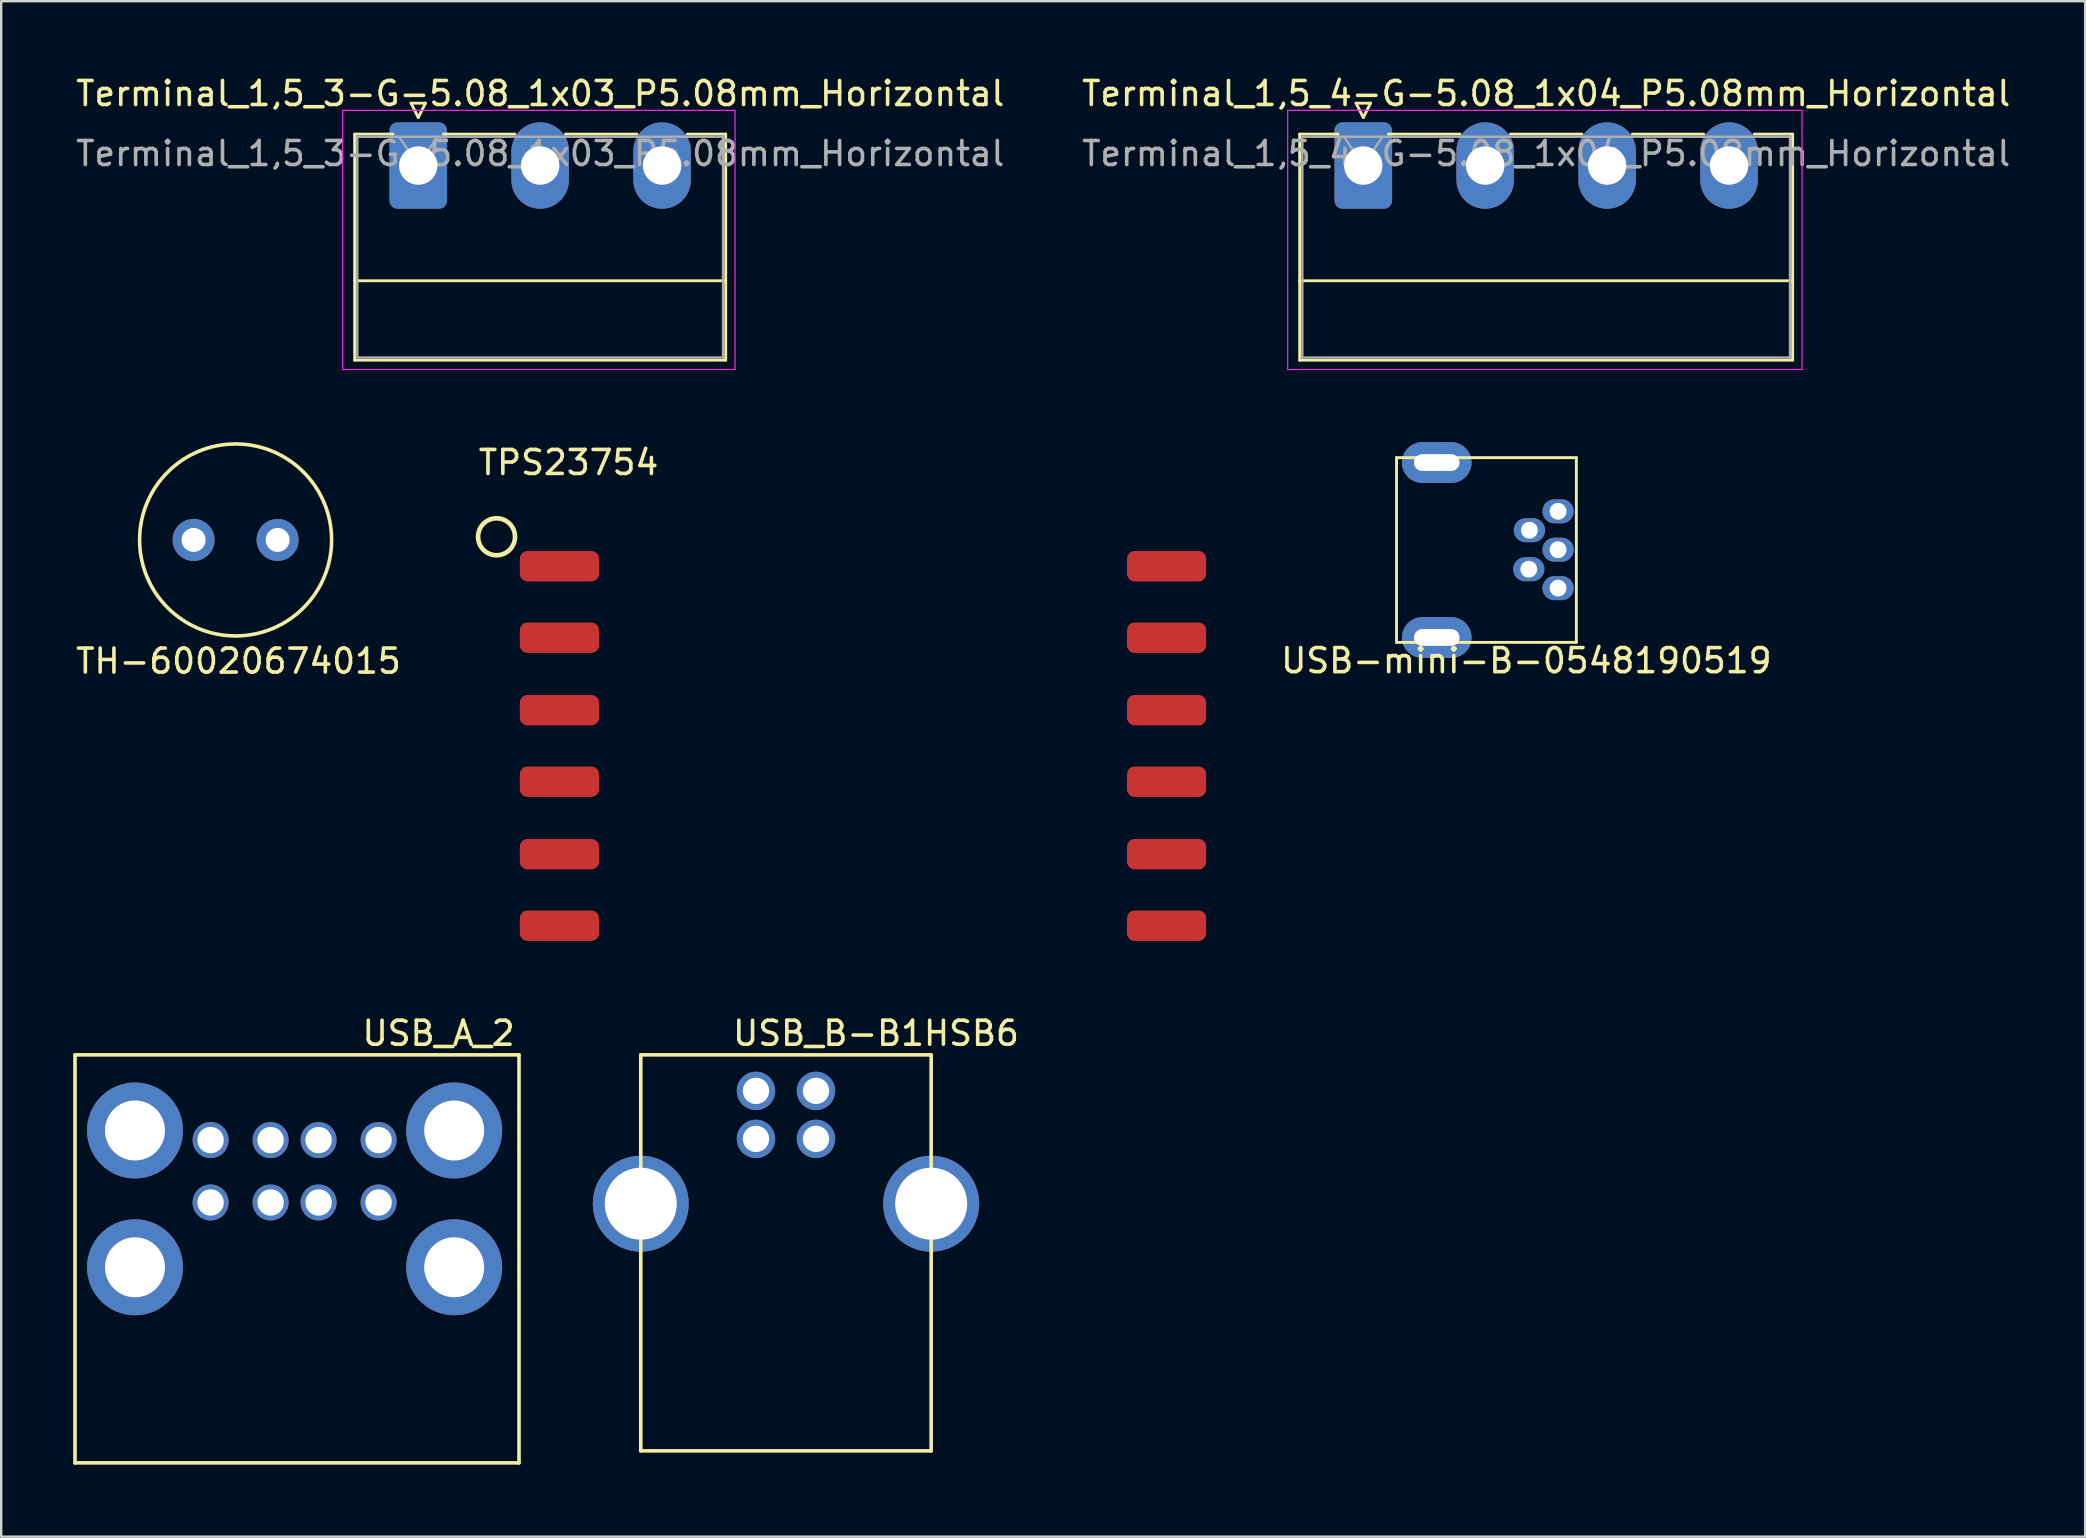
<source format=kicad_pcb>
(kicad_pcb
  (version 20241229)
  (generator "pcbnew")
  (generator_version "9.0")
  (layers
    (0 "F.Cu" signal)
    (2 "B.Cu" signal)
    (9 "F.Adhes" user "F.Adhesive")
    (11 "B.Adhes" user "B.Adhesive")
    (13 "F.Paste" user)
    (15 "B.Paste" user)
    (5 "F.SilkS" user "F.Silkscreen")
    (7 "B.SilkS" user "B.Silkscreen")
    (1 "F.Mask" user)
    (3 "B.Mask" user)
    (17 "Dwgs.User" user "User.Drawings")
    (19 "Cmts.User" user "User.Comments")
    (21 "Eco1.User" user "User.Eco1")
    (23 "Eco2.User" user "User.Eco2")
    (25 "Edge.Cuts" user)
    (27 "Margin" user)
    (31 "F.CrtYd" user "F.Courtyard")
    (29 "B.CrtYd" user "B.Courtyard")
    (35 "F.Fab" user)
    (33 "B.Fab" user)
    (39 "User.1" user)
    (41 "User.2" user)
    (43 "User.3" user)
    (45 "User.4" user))
  (footprint "TPS23754"
    (layer "F.Cu")
    (at 25.34 25.622)
    (property "Reference" "TPS23754" (at -4.7 -9.4 0) (layer "F.SilkS") (effects (font (size 1 1) (thickness 0.15))))
    (attr through_hole)
    (fp_circle (center -7.7 -6.306) (end -7.5 -5.6) (stroke (width 0.12) (type solid)) (fill no) (layer "F.SilkS"))
    (fp_circle (center -7.7 -6.306) (end -7.4 -5.6) (stroke (width 0.12) (type solid)) (fill no) (layer "F.SilkS"))
    (fp_circle (center -7.7 -6.306) (end -7 -5.906) (stroke (width 0.12) (type solid)) (fill no) (layer "F.SilkS"))
    (pad "1" smd roundrect (at -5.08 -5.08) (size 3.3 1.27) (layers "F.Cu" "F.Mask" "F.Paste") (roundrect_rratio 0.25))
    (pad "2" smd roundrect (at -5.08 -2.1) (size 3.3 1.27) (layers "F.Cu" "F.Mask" "F.Paste") (roundrect_rratio 0.25))
    (pad "3" smd roundrect (at -5.08 0.92) (size 3.3 1.27) (layers "F.Cu" "F.Mask" "F.Paste") (roundrect_rratio 0.25))
    (pad "4" smd roundrect (at -5.08 3.9) (size 3.3 1.27) (layers "F.Cu" "F.Mask" "F.Paste") (roundrect_rratio 0.25))
    (pad "5" smd roundrect (at -5.08 6.92) (size 3.3 1.27) (layers "F.Cu" "F.Mask" "F.Paste") (roundrect_rratio 0.25))
    (pad "6" smd roundrect (at -5.08 9.9) (size 3.3 1.27) (layers "F.Cu" "F.Mask" "F.Paste") (roundrect_rratio 0.25))
    (pad "7" smd roundrect (at 20.22 9.9) (size 3.3 1.27) (layers "F.Cu" "F.Mask" "F.Paste") (roundrect_rratio 0.25))
    (pad "8" smd roundrect (at 20.22 6.92) (size 3.3 1.27) (layers "F.Cu" "F.Mask" "F.Paste") (roundrect_rratio 0.25))
    (pad "9" smd roundrect (at 20.22 3.9) (size 3.3 1.27) (layers "F.Cu" "F.Mask" "F.Paste") (roundrect_rratio 0.25))
    (pad "10" smd roundrect (at 20.22 0.92) (size 3.3 1.27) (layers "F.Cu" "F.Mask" "F.Paste") (roundrect_rratio 0.25))
    (pad "11" smd roundrect (at 20.22 -2.1) (size 3.3 1.27) (layers "F.Cu" "F.Mask" "F.Paste") (roundrect_rratio 0.25))
    (pad "12" smd roundrect (at 20.22 -5.08) (size 3.3 1.27) (layers "F.Cu" "F.Mask" "F.Paste") (roundrect_rratio 0.25)))
  (footprint "USB_B-B1HSB6"
    (layer "F.Cu")
    (at 28.45 44.405)
    (property "Reference" "USB_B-B1HSB6" (at 5 -4.4 0) (layer "F.SilkS") (effects (font (size 1 1) (thickness 0.15))))
    (attr through_hole)
    (fp_line (start -4.8 -3.5) (end -4.8 13) (stroke (width 0.15) (type solid)) (layer "F.SilkS"))
    (fp_line (start -4.8 13) (end 7.3 13) (stroke (width 0.15) (type solid)) (layer "F.SilkS"))
    (fp_line (start 7.3 -3.5) (end -4.8 -3.5) (stroke (width 0.15) (type solid)) (layer "F.SilkS"))
    (fp_line (start 7.3 13) (end 7.3 -3.5) (stroke (width 0.15) (type solid)) (layer "F.SilkS"))
    (pad "1" thru_hole circle (at 2.5 -2) (size 1.6 1.6) (drill 1.1) (layers "*.Cu" "*.Mask"))
    (pad "2" thru_hole circle (at 0 -2) (size 1.6 1.6) (drill 1.1) (layers "*.Cu" "*.Mask"))
    (pad "3" thru_hole circle (at -4.8 2.7) (size 4 4) (drill 3) (layers "*.Cu" "*.Mask"))
    (pad "3" thru_hole circle (at 0 0) (size 1.6 1.6) (drill 1.1) (layers "*.Cu" "*.Mask"))
    (pad "4" thru_hole circle (at 2.5 0) (size 1.6 1.6) (drill 1.1) (layers "*.Cu" "*.Mask"))
    (pad "4" thru_hole circle (at 7.3 2.7) (size 4 4) (drill 3) (layers "*.Cu" "*.Mask")))
  (footprint "USB_A_2"
    (layer "F.Cu")
    (at 5.075 52.905)
    (property "Reference" "USB_A_2" (at 10.15 -12.9 0) (layer "F.SilkS") (effects (font (size 1 1) (thickness 0.15))))
    (attr through_hole)
    (fp_line (start -5 -12) (end -5 5) (stroke (width 0.15) (type solid)) (layer "F.SilkS"))
    (fp_line (start -5 5) (end 13.5 5) (stroke (width 0.15) (type solid)) (layer "F.SilkS"))
    (fp_line (start 13.5 -12) (end -5 -12) (stroke (width 0.15) (type solid)) (layer "F.SilkS"))
    (fp_line (start 13.5 5) (end 13.5 -12) (stroke (width 0.15) (type solid)) (layer "F.SilkS"))
    (pad "1" thru_hole circle (at 0.65 -8.45) (size 1.5 1.5) (drill 1.1) (layers "*.Cu" "*.Mask"))
    (pad "1" thru_hole circle (at 0.65 -5.85) (size 1.5 1.5) (drill 1.1) (layers "*.Cu" "*.Mask"))
    (pad "2" thru_hole circle (at 7.65 -8.45) (size 1.5 1.5) (drill 1.1) (layers "*.Cu" "*.Mask"))
    (pad "2" thru_hole circle (at 7.65 -5.85) (size 1.5 1.5) (drill 1.1) (layers "*.Cu" "*.Mask"))
    (pad "3" thru_hole circle (at 5.15 -8.45) (size 1.5 1.5) (drill 1.1) (layers "*.Cu" "*.Mask"))
    (pad "4" thru_hole circle (at 3.15 -8.45) (size 1.5 1.5) (drill 1.1) (layers "*.Cu" "*.Mask"))
    (pad "5" thru_hole circle (at 5.15 -5.85) (size 1.5 1.5) (drill 1.1) (layers "*.Cu" "*.Mask"))
    (pad "6" thru_hole circle (at 3.15 -5.85) (size 1.5 1.5) (drill 1.1) (layers "*.Cu" "*.Mask"))
    (pad "7" thru_hole circle (at -2.5 -8.85) (size 4 4) (drill 2.5) (layers "*.Cu" "*.Mask"))
    (pad "7" thru_hole circle (at -2.5 -3.15) (size 4 4) (drill 2.5) (layers "*.Cu" "*.Mask"))
    (pad "7" thru_hole circle (at 10.8 -8.85) (size 4 4) (drill 2.5) (layers "*.Cu" "*.Mask"))
    (pad "7" thru_hole circle (at 10.8 -3.15) (size 4 4) (drill 2.5) (layers "*.Cu" "*.Mask")))
  (footprint "Terminal_1,5_3-G-5.08_1x03_P5.08mm_Horizontal"
    (layer "F.Cu")
    (at 14.378 3.848)
    (property "Reference" "Terminal_1,5_3-G-5.08_1x03_P5.08mm_Horizontal" (at 5.08 -3 0) (layer "F.SilkS") (effects (font (size 1 1) (thickness 0.15))))
    (attr through_hole)
    (fp_line (start -2.65 -1.31) (end -2.65 8.11) (stroke (width 0.12) (type solid)) (layer "F.SilkS"))
    (fp_line (start -2.65 -1.31) (end -1.05 -1.31) (stroke (width 0.12) (type solid)) (layer "F.SilkS"))
    (fp_line (start -2.65 4.8) (end 12.81 4.8) (stroke (width 0.12) (type solid)) (layer "F.SilkS"))
    (fp_line (start -2.65 8.11) (end 12.81 8.11) (stroke (width 0.12) (type solid)) (layer "F.SilkS"))
    (fp_line (start -0.3 -2.6) (end 0.3 -2.6) (stroke (width 0.12) (type solid)) (layer "F.SilkS"))
    (fp_line (start 0 -2) (end -0.3 -2.6) (stroke (width 0.12) (type solid)) (layer "F.SilkS"))
    (fp_line (start 0.3 -2.6) (end 0 -2) (stroke (width 0.12) (type solid)) (layer "F.SilkS"))
    (fp_line (start 1.05 -1.31) (end 4.03 -1.31) (stroke (width 0.12) (type solid)) (layer "F.SilkS"))
    (fp_line (start 6.13 -1.31) (end 9.11 -1.31) (stroke (width 0.12) (type solid)) (layer "F.SilkS"))
    (fp_line (start 12.81 -1.31) (end 11.21 -1.31) (stroke (width 0.12) (type solid)) (layer "F.SilkS"))
    (fp_line (start 12.81 8.11) (end 12.81 -1.31) (stroke (width 0.12) (type solid)) (layer "F.SilkS"))
    (fp_line (start -3.15 -2.3) (end -3.15 8.5) (stroke (width 0.05) (type solid)) (layer "F.CrtYd"))
    (fp_line (start -3.15 8.5) (end 13.2 8.5) (stroke (width 0.05) (type solid)) (layer "F.CrtYd"))
    (fp_line (start 13.2 -2.3) (end -3.15 -2.3) (stroke (width 0.05) (type solid)) (layer "F.CrtYd"))
    (fp_line (start 13.2 8.5) (end 13.2 -2.3) (stroke (width 0.05) (type solid)) (layer "F.CrtYd"))
    (fp_line (start -2.54 -1.2) (end -2.54 8) (stroke (width 0.1) (type solid)) (layer "F.Fab"))
    (fp_line (start -2.54 8) (end 12.7 8) (stroke (width 0.1) (type solid)) (layer "F.Fab"))
    (fp_line (start 0 0) (end -0.8 -1.2) (stroke (width 0.1) (type solid)) (layer "F.Fab"))
    (fp_line (start 0.8 -1.2) (end 0 0) (stroke (width 0.1) (type solid)) (layer "F.Fab"))
    (fp_line (start 12.7 -1.2) (end -2.54 -1.2) (stroke (width 0.1) (type solid)) (layer "F.Fab"))
    (fp_line (start 12.7 8) (end 12.7 -1.2) (stroke (width 0.1) (type solid)) (layer "F.Fab"))
    (fp_text user "${REFERENCE}" (at 5.08 -0.5 0) (layer "F.Fab") (effects (font (size 1 1) (thickness 0.15))))
    (pad "1" thru_hole roundrect (at 0 0) (size 2.4 3.6) (drill 1.6) (layers "*.Cu" "*.Mask") (roundrect_rratio 0.139))
    (pad "2" thru_hole oval (at 5.08 0) (size 2.4 3.6) (drill 1.6) (layers "*.Cu" "*.Mask"))
    (pad "3" thru_hole oval (at 10.16 0) (size 2.4 3.6) (drill 1.6) (layers "*.Cu" "*.Mask")))
  (footprint "USB-mini-B-0548190519"
    (layer "F.Cu")
    (at 56.816 23.513)
    (property "Reference" "USB-mini-B-0548190519" (at 3.734 0.965 0) (layer "F.SilkS") (effects (font (size 1 1) (thickness 0.15))))
    (attr through_hole)
    (fp_line (start -1.676 -7.493) (end 5.817 -7.493) (stroke (width 0.12) (type solid)) (layer "F.SilkS"))
    (fp_line (start -1.676 0.203) (end -1.676 -7.493) (stroke (width 0.12) (type solid)) (layer "F.SilkS"))
    (fp_line (start 5.817 -7.493) (end 5.817 0.203) (stroke (width 0.12) (type solid)) (layer "F.SilkS"))
    (fp_line (start 5.817 0.203) (end -1.676 0.203) (stroke (width 0.12) (type solid)) (layer "F.SilkS"))
    (pad "1" thru_hole oval (at 5.055 -5.258) (size 1.3 1) (drill 0.7) (layers "*.Cu" "*.Mask"))
    (pad "2" thru_hole oval (at 3.861 -4.47) (size 1.3 1) (drill 0.7) (layers "*.Cu" "*.Mask"))
    (pad "3" thru_hole oval (at 5.055 -3.658) (size 1.3 1) (drill 0.7) (layers "*.Cu" "*.Mask"))
    (pad "4" thru_hole oval (at 3.835 -2.845) (size 1.3 1) (drill 0.7) (layers "*.Cu" "*.Mask"))
    (pad "5" thru_hole oval (at 0 -7.29) (size 2.9 1.7) (drill oval 1.9 0.7) (layers "*.Cu" "*.Mask"))
    (pad "5" thru_hole oval (at 0 0) (size 2.9 1.7) (drill oval 1.9 0.7) (layers "*.Cu" "*.Mask"))
    (pad "5" thru_hole oval (at 5.055 -2.057) (size 1.3 1) (drill 0.7) (layers "*.Cu" "*.Mask")))
  (footprint "TH-60020674015"
    (layer "F.Cu")
    (at 6.767 19.448)
    (property "Reference" "TH-60020674015" (at 0.12 5.05 0) (layer "F.SilkS") (effects (font (size 1 1) (thickness 0.15))))
    (attr through_hole)
    (fp_circle (center 0 0) (end 4 0) (stroke (width 0.15) (type solid)) (fill no) (layer "F.SilkS"))
    (pad "1" thru_hole circle (at 1.75 0) (size 1.75 1.75) (drill 1) (layers "*.Cu" "*.Mask"))
    (pad "2" thru_hole circle (at -1.75 0) (size 1.75 1.75) (drill 1) (layers "*.Cu" "*.Mask")))
  (footprint "Terminal_1,5_4-G-5.08_1x04_P5.08mm_Horizontal"
    (layer "F.Cu")
    (at 53.755 3.848)
    (property "Reference" "Terminal_1,5_4-G-5.08_1x04_P5.08mm_Horizontal" (at 7.62 -3 0) (layer "F.SilkS") (effects (font (size 1 1) (thickness 0.15))))
    (attr through_hole)
    (fp_line (start -2.65 -1.31) (end -2.65 8.11) (stroke (width 0.12) (type solid)) (layer "F.SilkS"))
    (fp_line (start -2.65 -1.31) (end -1.05 -1.31) (stroke (width 0.12) (type solid)) (layer "F.SilkS"))
    (fp_line (start -2.65 4.8) (end 17.89 4.8) (stroke (width 0.12) (type solid)) (layer "F.SilkS"))
    (fp_line (start -2.65 8.11) (end 17.89 8.11) (stroke (width 0.12) (type solid)) (layer "F.SilkS"))
    (fp_line (start -0.3 -2.6) (end 0.3 -2.6) (stroke (width 0.12) (type solid)) (layer "F.SilkS"))
    (fp_line (start 0 -2) (end -0.3 -2.6) (stroke (width 0.12) (type solid)) (layer "F.SilkS"))
    (fp_line (start 0.3 -2.6) (end 0 -2) (stroke (width 0.12) (type solid)) (layer "F.SilkS"))
    (fp_line (start 1.05 -1.31) (end 4.03 -1.31) (stroke (width 0.12) (type solid)) (layer "F.SilkS"))
    (fp_line (start 6.13 -1.31) (end 9.11 -1.31) (stroke (width 0.12) (type solid)) (layer "F.SilkS"))
    (fp_line (start 11.21 -1.31) (end 14.19 -1.31) (stroke (width 0.12) (type solid)) (layer "F.SilkS"))
    (fp_line (start 17.89 -1.31) (end 16.29 -1.31) (stroke (width 0.12) (type solid)) (layer "F.SilkS"))
    (fp_line (start 17.89 8.11) (end 17.89 -1.31) (stroke (width 0.12) (type solid)) (layer "F.SilkS"))
    (fp_line (start -3.15 -2.3) (end -3.15 8.5) (stroke (width 0.05) (type solid)) (layer "F.CrtYd"))
    (fp_line (start -3.15 8.5) (end 18.28 8.5) (stroke (width 0.05) (type solid)) (layer "F.CrtYd"))
    (fp_line (start 18.28 -2.3) (end -3.15 -2.3) (stroke (width 0.05) (type solid)) (layer "F.CrtYd"))
    (fp_line (start 18.28 8.5) (end 18.28 -2.3) (stroke (width 0.05) (type solid)) (layer "F.CrtYd"))
    (fp_line (start -2.54 -1.2) (end -2.54 8) (stroke (width 0.1) (type solid)) (layer "F.Fab"))
    (fp_line (start -2.54 8) (end 17.78 8) (stroke (width 0.1) (type solid)) (layer "F.Fab"))
    (fp_line (start 0 0) (end -0.8 -1.2) (stroke (width 0.1) (type solid)) (layer "F.Fab"))
    (fp_line (start 0.8 -1.2) (end 0 0) (stroke (width 0.1) (type solid)) (layer "F.Fab"))
    (fp_line (start 17.78 -1.2) (end -2.54 -1.2) (stroke (width 0.1) (type solid)) (layer "F.Fab"))
    (fp_line (start 17.78 8) (end 17.78 -1.2) (stroke (width 0.1) (type solid)) (layer "F.Fab"))
    (fp_text user "${REFERENCE}" (at 7.62 -0.5 0) (layer "F.Fab") (effects (font (size 1 1) (thickness 0.15))))
    (pad "1" thru_hole roundrect (at 0 0) (size 2.4 3.6) (drill 1.6) (layers "*.Cu" "*.Mask") (roundrect_rratio 0.139))
    (pad "2" thru_hole oval (at 5.08 0) (size 2.4 3.6) (drill 1.6) (layers "*.Cu" "*.Mask"))
    (pad "3" thru_hole oval (at 10.16 0) (size 2.4 3.6) (drill 1.6) (layers "*.Cu" "*.Mask"))
    (pad "4" thru_hole oval (at 15.24 0) (size 2.4 3.6) (drill 1.6) (layers "*.Cu" "*.Mask")))
  (gr_rect
    (start -3 -3)
    (end 83.833 60.98)
    (stroke (width 0.1) (type default))
    (fill no)
    (layer "Edge.Cuts")))
</source>
